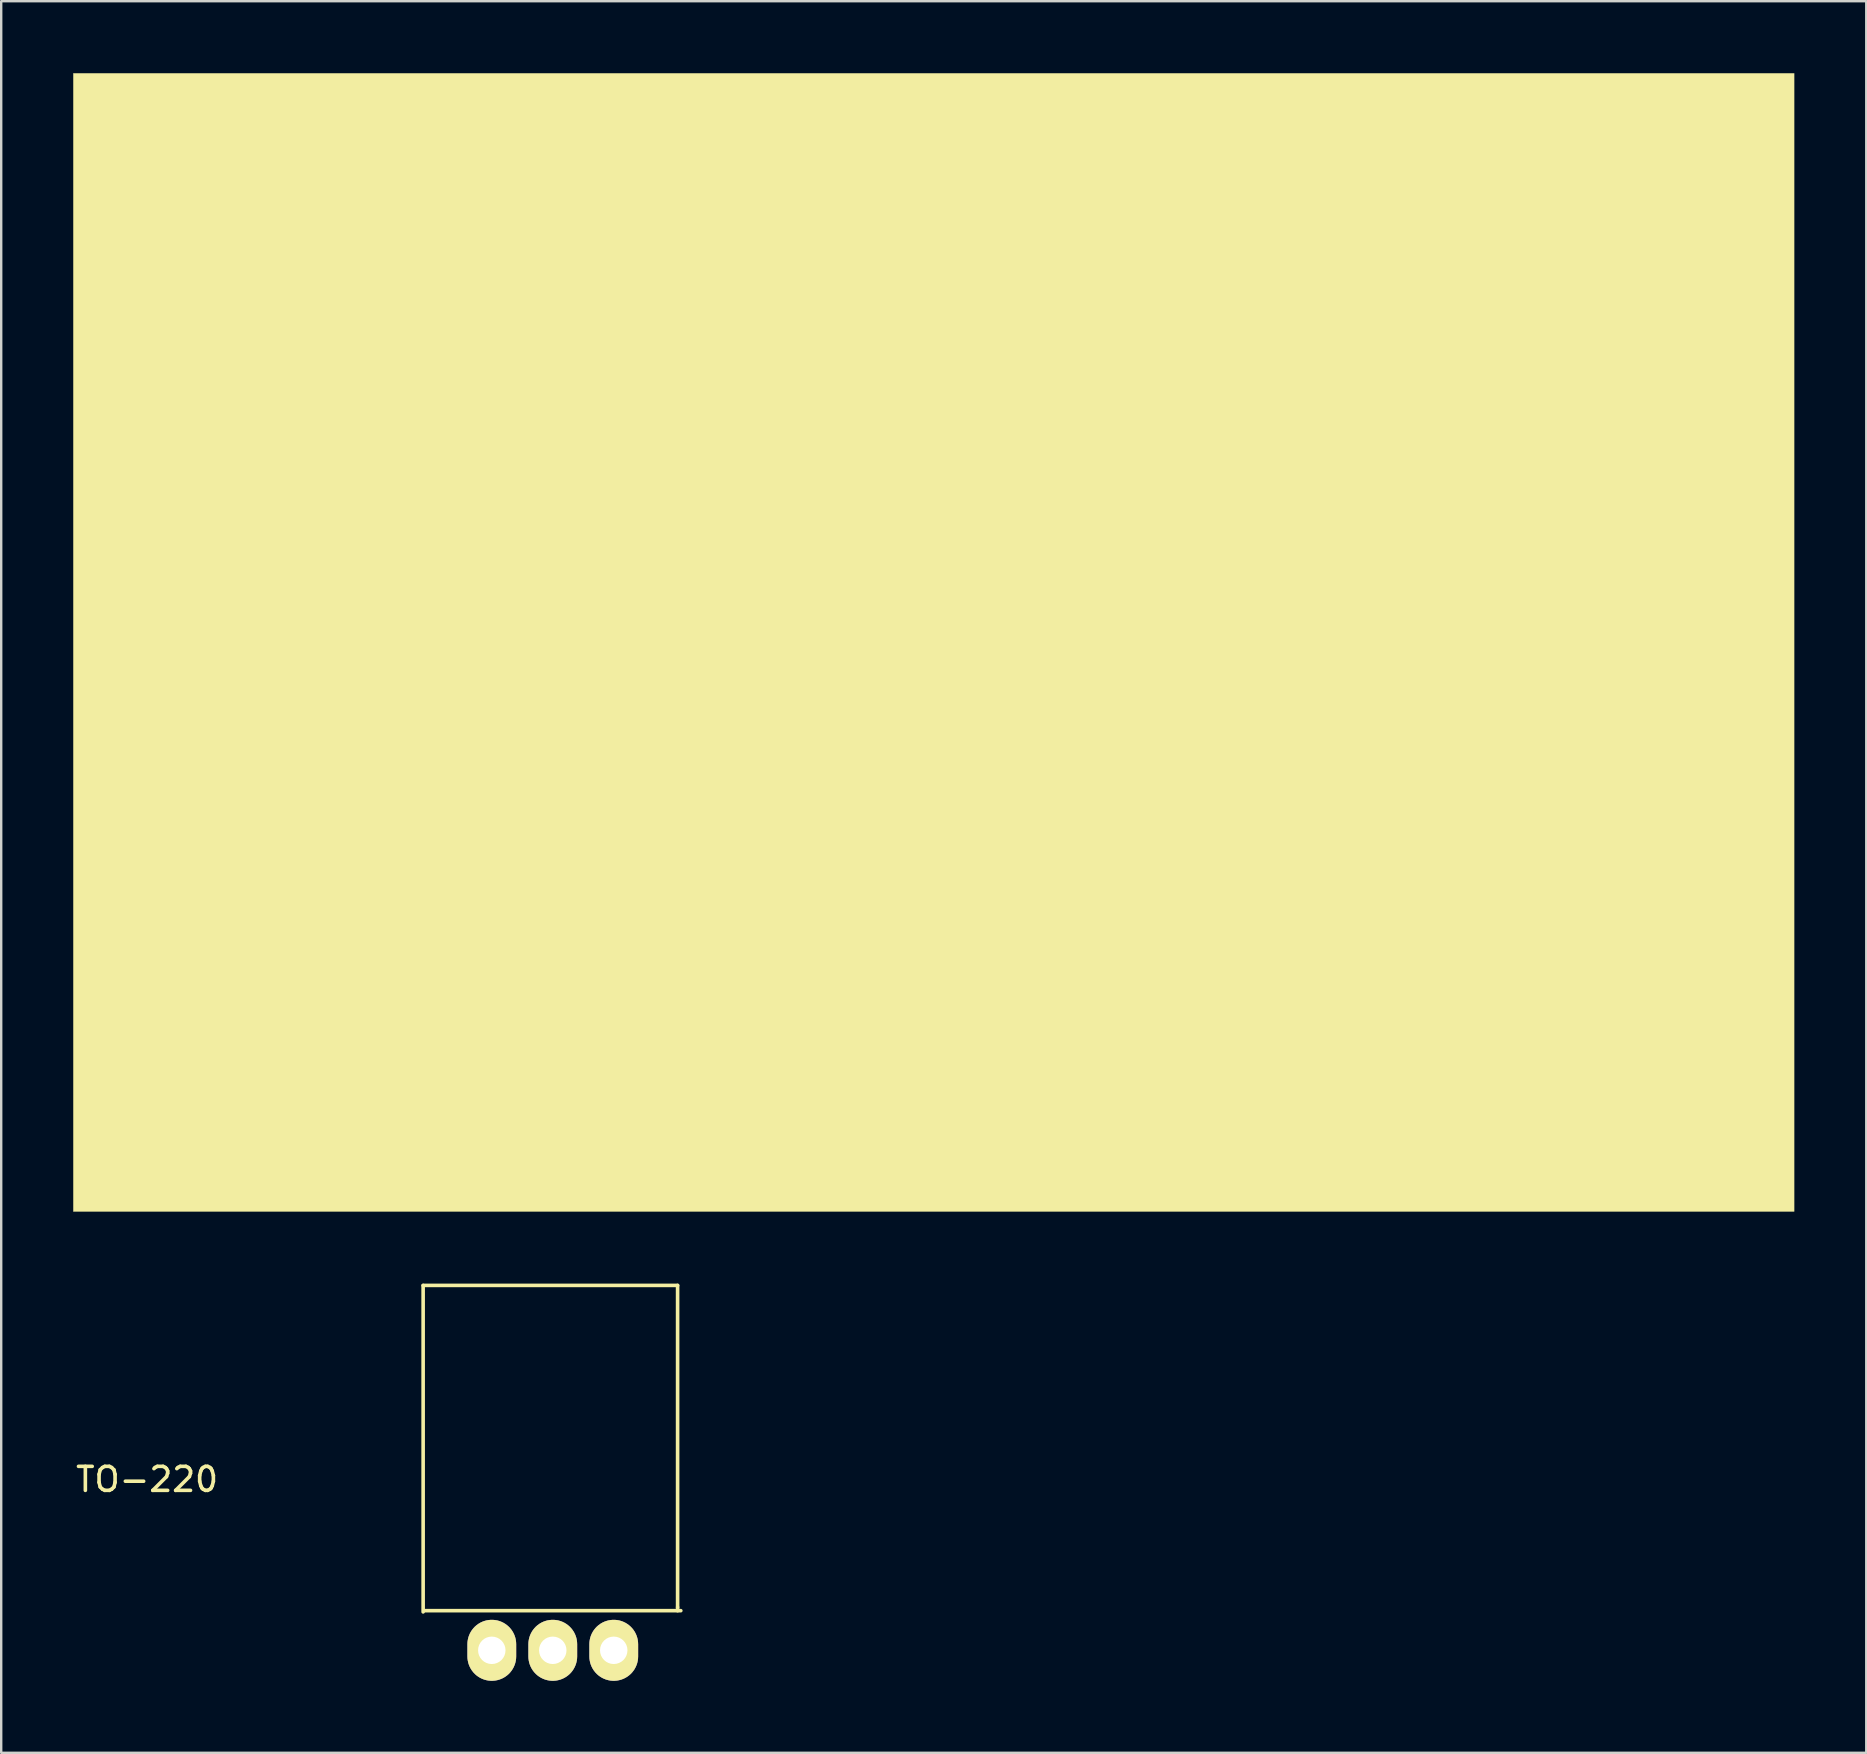
<source format=kicad_pcb>
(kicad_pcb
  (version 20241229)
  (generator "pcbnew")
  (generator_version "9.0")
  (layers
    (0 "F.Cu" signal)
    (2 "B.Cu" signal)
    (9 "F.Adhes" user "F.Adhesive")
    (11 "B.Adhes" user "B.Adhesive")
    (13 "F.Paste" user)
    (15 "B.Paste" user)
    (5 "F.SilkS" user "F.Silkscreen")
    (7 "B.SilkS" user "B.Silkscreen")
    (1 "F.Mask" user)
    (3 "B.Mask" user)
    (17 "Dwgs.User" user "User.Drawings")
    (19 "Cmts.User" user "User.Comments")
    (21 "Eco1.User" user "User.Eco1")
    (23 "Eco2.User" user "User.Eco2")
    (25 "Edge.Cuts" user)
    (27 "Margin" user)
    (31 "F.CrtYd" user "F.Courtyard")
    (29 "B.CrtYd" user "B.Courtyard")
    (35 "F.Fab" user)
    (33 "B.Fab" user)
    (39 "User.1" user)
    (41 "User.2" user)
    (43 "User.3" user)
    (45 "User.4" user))
  (footprint "TO-220"
    (layer "F.Cu")
    (at 19.977 65.698)
    (property "Reference" "TO-220" (at -16.9 -7.118 0) (layer "F.SilkS") (effects (font (size 1 1) (thickness 0.15))))
    (attr through_hole)
    (fp_line (start -5.4 -15.2) (end 5.2 -15.2) (stroke (width 0.15) (type solid)) (layer "F.SilkS"))
    (fp_line (start -5.4 -1.6) (end -5.4 -15.2) (stroke (width 0.15) (type solid)) (layer "F.SilkS"))
    (fp_line (start -5.334 -1.651) (end 5.334 -1.651) (stroke (width 0.15) (type solid)) (layer "F.SilkS"))
    (fp_line (start 5.2 -15.2) (end 5.2 -1.8) (stroke (width 0.15) (type solid)) (layer "F.SilkS"))
    (fp_line (start 5.2 -1.79) (end 5.2 -1.65) (stroke (width 0.15) (type solid)) (layer "F.SilkS"))
    (pad "1" thru_hole oval (at -2.54 0) (size 2.032 2.54) (drill 1.143) (layers "*.Cu" "*.Mask" "F.SilkS"))
    (pad "2" thru_hole oval (at 0 0) (size 2.032 2.54) (drill 1.143) (layers "*.Cu" "*.Mask" "F.SilkS"))
    (pad "3" thru_hole oval (at 2.54 0) (size 2.032 2.54) (drill 1.143) (layers "*.Cu" "*.Mask" "F.SilkS")))
  (footprint "Abersailbot-logo"
    (layer "F.Cu")
    (at 35.847 23.712)
    (property "Reference" "Abersailbot-logo" (at 0 0 0) (layer "F.SilkS") (effects (font (size 1.524 1.524) (thickness 0.3))))
    (attr through_hole)
    (fp_poly (pts (xy 35.842 23.707) (xy -35.842 23.707) (xy -35.842 -23.707) (xy 35.842 -23.707) (xy 35.842 23.707)) (stroke (width 0.01) (type solid)) (fill yes) (layer "F.SilkS")))
  (gr_rect
    (start -3 -3)
    (end 74.694 69.968)
    (stroke (width 0.1) (type default))
    (fill no)
    (layer "Edge.Cuts")))
</source>
